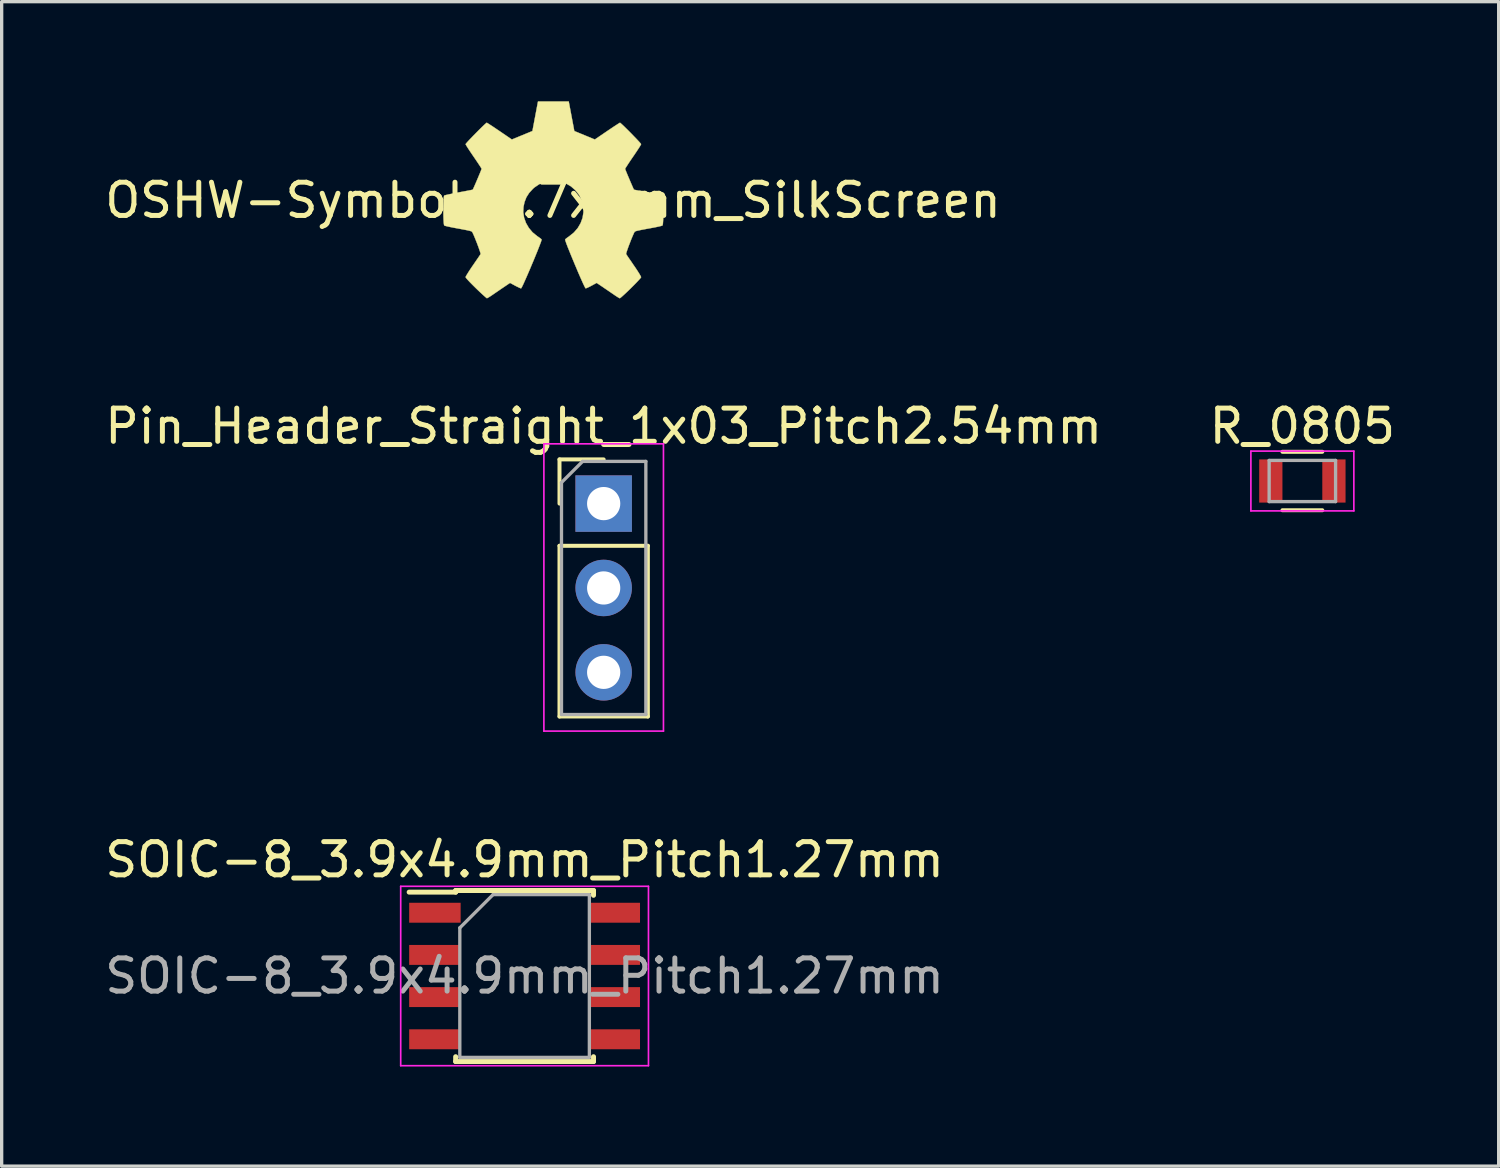
<source format=kicad_pcb>
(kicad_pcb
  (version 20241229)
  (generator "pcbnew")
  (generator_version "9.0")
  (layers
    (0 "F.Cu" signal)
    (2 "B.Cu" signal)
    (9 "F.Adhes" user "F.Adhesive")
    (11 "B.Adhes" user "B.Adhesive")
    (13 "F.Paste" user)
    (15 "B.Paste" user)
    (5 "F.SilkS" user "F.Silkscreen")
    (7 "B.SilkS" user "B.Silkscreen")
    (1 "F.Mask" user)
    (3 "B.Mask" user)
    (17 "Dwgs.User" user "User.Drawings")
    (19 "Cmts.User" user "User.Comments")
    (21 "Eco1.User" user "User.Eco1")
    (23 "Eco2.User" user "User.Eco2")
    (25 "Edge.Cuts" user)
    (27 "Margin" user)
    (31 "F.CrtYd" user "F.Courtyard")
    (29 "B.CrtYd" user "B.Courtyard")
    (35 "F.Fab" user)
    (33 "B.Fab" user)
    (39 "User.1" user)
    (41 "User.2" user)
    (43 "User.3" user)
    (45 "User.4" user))
  (footprint "SOIC-8_3.9x4.9mm_Pitch1.27mm"
    (layer "F.Cu")
    (at 12.744 26.335)
    (property "Reference" "SOIC-8_3.9x4.9mm_Pitch1.27mm" (at 0 -3.5 0) (layer "F.SilkS") (effects (font (size 1 1) (thickness 0.15))))
    (attr smd)
    (fp_line (start -2.075 -2.575) (end -2.075 -2.525) (stroke (width 0.15) (type solid)) (layer "F.SilkS"))
    (fp_line (start -2.075 -2.575) (end 2.075 -2.575) (stroke (width 0.15) (type solid)) (layer "F.SilkS"))
    (fp_line (start -2.075 -2.525) (end -3.475 -2.525) (stroke (width 0.15) (type solid)) (layer "F.SilkS"))
    (fp_line (start -2.075 2.575) (end -2.075 2.43) (stroke (width 0.15) (type solid)) (layer "F.SilkS"))
    (fp_line (start -2.075 2.575) (end 2.075 2.575) (stroke (width 0.15) (type solid)) (layer "F.SilkS"))
    (fp_line (start 2.075 -2.575) (end 2.075 -2.43) (stroke (width 0.15) (type solid)) (layer "F.SilkS"))
    (fp_line (start 2.075 2.575) (end 2.075 2.43) (stroke (width 0.15) (type solid)) (layer "F.SilkS"))
    (fp_line (start -3.73 -2.7) (end -3.73 2.7) (stroke (width 0.05) (type solid)) (layer "F.CrtYd"))
    (fp_line (start -3.73 -2.7) (end 3.73 -2.7) (stroke (width 0.05) (type solid)) (layer "F.CrtYd"))
    (fp_line (start -3.73 2.7) (end 3.73 2.7) (stroke (width 0.05) (type solid)) (layer "F.CrtYd"))
    (fp_line (start 3.73 -2.7) (end 3.73 2.7) (stroke (width 0.05) (type solid)) (layer "F.CrtYd"))
    (fp_line (start -1.95 -1.45) (end -0.95 -2.45) (stroke (width 0.1) (type solid)) (layer "F.Fab"))
    (fp_line (start -1.95 2.45) (end -1.95 -1.45) (stroke (width 0.1) (type solid)) (layer "F.Fab"))
    (fp_line (start -0.95 -2.45) (end 1.95 -2.45) (stroke (width 0.1) (type solid)) (layer "F.Fab"))
    (fp_line (start 1.95 -2.45) (end 1.95 2.45) (stroke (width 0.1) (type solid)) (layer "F.Fab"))
    (fp_line (start 1.95 2.45) (end -1.95 2.45) (stroke (width 0.1) (type solid)) (layer "F.Fab"))
    (fp_text user "${REFERENCE}" (at 0 0 0) (layer "F.Fab") (effects (font (size 1 1) (thickness 0.15))))
    (pad "1" smd rect (at -2.7 -1.905) (size 1.55 0.6) (layers "F.Cu" "F.Mask" "F.Paste"))
    (pad "2" smd rect (at -2.7 -0.635) (size 1.55 0.6) (layers "F.Cu" "F.Mask" "F.Paste"))
    (pad "3" smd rect (at -2.7 0.635) (size 1.55 0.6) (layers "F.Cu" "F.Mask" "F.Paste"))
    (pad "4" smd rect (at -2.7 1.905) (size 1.55 0.6) (layers "F.Cu" "F.Mask" "F.Paste"))
    (pad "5" smd rect (at 2.7 1.905) (size 1.55 0.6) (layers "F.Cu" "F.Mask" "F.Paste"))
    (pad "6" smd rect (at 2.7 0.635) (size 1.55 0.6) (layers "F.Cu" "F.Mask" "F.Paste"))
    (pad "7" smd rect (at 2.7 -0.635) (size 1.55 0.6) (layers "F.Cu" "F.Mask" "F.Paste"))
    (pad "8" smd rect (at 2.7 -1.905) (size 1.55 0.6) (layers "F.Cu" "F.Mask" "F.Paste")))
  (footprint "OSHW-Symbol_6.7x6mm_SilkScreen"
    (layer "F.Cu")
    (at 13.601 2.981)
    (property "Reference" "OSHW-Symbol_6.7x6mm_SilkScreen" (at 0 0 0) (layer "F.SilkS") (effects (font (size 1 1) (thickness 0.15))))
    (attr exclude_from_pos_files exclude_from_bom)
    (fp_poly (pts (xy 0.556 -2.531) (xy 0.64 -2.086) (xy 0.949 -1.959) (xy 1.258 -1.831) (xy 1.629 -2.084) (xy 1.733 -2.154) (xy 1.827 -2.217) (xy 1.907 -2.269) (xy 1.967 -2.308) (xy 2.005 -2.331) (xy 2.015 -2.336) (xy 2.034 -2.323) (xy 2.073 -2.288) (xy 2.13 -2.235) (xy 2.198 -2.168) (xy 2.274 -2.093) (xy 2.353 -2.013) (xy 2.431 -1.932) (xy 2.504 -1.857) (xy 2.567 -1.79) (xy 2.615 -1.737) (xy 2.644 -1.702) (xy 2.651 -1.69) (xy 2.641 -1.669) (xy 2.613 -1.621) (xy 2.569 -1.553) (xy 2.513 -1.468) (xy 2.448 -1.371) (xy 2.41 -1.316) (xy 2.341 -1.215) (xy 2.28 -1.124) (xy 2.23 -1.047) (xy 2.193 -0.989) (xy 2.172 -0.955) (xy 2.169 -0.948) (xy 2.176 -0.927) (xy 2.195 -0.879) (xy 2.223 -0.811) (xy 2.257 -0.729) (xy 2.295 -0.64) (xy 2.333 -0.55) (xy 2.369 -0.467) (xy 2.4 -0.396) (xy 2.423 -0.346) (xy 2.435 -0.322) (xy 2.436 -0.321) (xy 2.455 -0.316) (xy 2.505 -0.306) (xy 2.581 -0.291) (xy 2.678 -0.272) (xy 2.791 -0.251) (xy 2.856 -0.239) (xy 2.977 -0.216) (xy 3.086 -0.194) (xy 3.177 -0.174) (xy 3.246 -0.158) (xy 3.287 -0.147) (xy 3.296 -0.143) (xy 3.304 -0.119) (xy 3.31 -0.064) (xy 3.315 0.015) (xy 3.318 0.112) (xy 3.32 0.22) (xy 3.321 0.333) (xy 3.319 0.445) (xy 3.317 0.549) (xy 3.312 0.638) (xy 3.307 0.707) (xy 3.299 0.748) (xy 3.295 0.757) (xy 3.269 0.767) (xy 3.213 0.782) (xy 3.136 0.799) (xy 3.044 0.818) (xy 3.012 0.824) (xy 2.858 0.852) (xy 2.735 0.875) (xy 2.642 0.893) (xy 2.572 0.908) (xy 2.523 0.919) (xy 2.491 0.929) (xy 2.471 0.938) (xy 2.459 0.947) (xy 2.457 0.948) (xy 2.44 0.976) (xy 2.415 1.031) (xy 2.383 1.105) (xy 2.347 1.192) (xy 2.311 1.286) (xy 2.275 1.379) (xy 2.244 1.466) (xy 2.219 1.539) (xy 2.203 1.592) (xy 2.199 1.618) (xy 2.2 1.619) (xy 2.214 1.64) (xy 2.245 1.687) (xy 2.291 1.755) (xy 2.349 1.838) (xy 2.413 1.933) (xy 2.432 1.96) (xy 2.498 2.057) (xy 2.556 2.146) (xy 2.603 2.221) (xy 2.635 2.278) (xy 2.651 2.311) (xy 2.651 2.315) (xy 2.638 2.336) (xy 2.603 2.377) (xy 2.549 2.435) (xy 2.482 2.505) (xy 2.406 2.582) (xy 2.326 2.662) (xy 2.245 2.74) (xy 2.17 2.811) (xy 2.103 2.872) (xy 2.051 2.918) (xy 2.017 2.944) (xy 2.008 2.948) (xy 1.986 2.938) (xy 1.941 2.911) (xy 1.88 2.872) (xy 1.834 2.84) (xy 1.749 2.782) (xy 1.65 2.714) (xy 1.549 2.646) (xy 1.496 2.609) (xy 1.313 2.486) (xy 1.16 2.569) (xy 1.091 2.605) (xy 1.031 2.633) (xy 0.991 2.649) (xy 0.981 2.651) (xy 0.969 2.635) (xy 0.945 2.588) (xy 0.91 2.516) (xy 0.868 2.422) (xy 0.818 2.31) (xy 0.764 2.186) (xy 0.708 2.053) (xy 0.65 1.916) (xy 0.593 1.779) (xy 0.538 1.646) (xy 0.488 1.522) (xy 0.443 1.411) (xy 0.407 1.317) (xy 0.381 1.244) (xy 0.366 1.197) (xy 0.363 1.181) (xy 0.382 1.16) (xy 0.424 1.127) (xy 0.48 1.088) (xy 0.484 1.085) (xy 0.628 0.969) (xy 0.744 0.835) (xy 0.831 0.686) (xy 0.889 0.526) (xy 0.915 0.36) (xy 0.91 0.192) (xy 0.871 0.026) (xy 0.799 -0.134) (xy 0.778 -0.169) (xy 0.667 -0.309) (xy 0.536 -0.422) (xy 0.39 -0.507) (xy 0.233 -0.563) (xy 0.069 -0.589) (xy -0.097 -0.585) (xy -0.26 -0.551) (xy -0.416 -0.485) (xy -0.56 -0.388) (xy -0.605 -0.348) (xy -0.719 -0.224) (xy -0.802 -0.094) (xy -0.859 0.052) (xy -0.89 0.197) (xy -0.898 0.36) (xy -0.872 0.523) (xy -0.815 0.682) (xy -0.729 0.831) (xy -0.617 0.964) (xy -0.482 1.075) (xy -0.464 1.087) (xy -0.408 1.126) (xy -0.365 1.159) (xy -0.345 1.18) (xy -0.344 1.181) (xy -0.349 1.204) (xy -0.366 1.256) (xy -0.395 1.333) (xy -0.433 1.431) (xy -0.478 1.545) (xy -0.53 1.672) (xy -0.585 1.806) (xy -0.643 1.943) (xy -0.7 2.08) (xy -0.757 2.211) (xy -0.81 2.333) (xy -0.858 2.441) (xy -0.899 2.532) (xy -0.932 2.599) (xy -0.954 2.64) (xy -0.963 2.651) (xy -0.99 2.643) (xy -1.04 2.62) (xy -1.106 2.588) (xy -1.142 2.569) (xy -1.295 2.486) (xy -1.477 2.609) (xy -1.57 2.672) (xy -1.672 2.742) (xy -1.767 2.807) (xy -1.815 2.84) (xy -1.882 2.885) (xy -1.939 2.921) (xy -1.979 2.943) (xy -1.991 2.948) (xy -2.01 2.935) (xy -2.051 2.9) (xy -2.11 2.847) (xy -2.185 2.778) (xy -2.269 2.698) (xy -2.323 2.646) (xy -2.416 2.554) (xy -2.497 2.472) (xy -2.562 2.403) (xy -2.608 2.351) (xy -2.631 2.319) (xy -2.633 2.312) (xy -2.623 2.287) (xy -2.594 2.237) (xy -2.551 2.167) (xy -2.496 2.082) (xy -2.432 1.986) (xy -2.413 1.96) (xy -2.347 1.863) (xy -2.287 1.776) (xy -2.238 1.704) (xy -2.202 1.65) (xy -2.183 1.622) (xy -2.181 1.619) (xy -2.184 1.596) (xy -2.199 1.545) (xy -2.223 1.474) (xy -2.253 1.389) (xy -2.288 1.296) (xy -2.325 1.202) (xy -2.361 1.113) (xy -2.393 1.038) (xy -2.419 0.981) (xy -2.437 0.95) (xy -2.438 0.948) (xy -2.449 0.94) (xy -2.468 0.931) (xy -2.498 0.921) (xy -2.543 0.91) (xy -2.608 0.896) (xy -2.697 0.879) (xy -2.813 0.857) (xy -2.962 0.83) (xy -2.994 0.824) (xy -3.089 0.805) (xy -3.172 0.787) (xy -3.235 0.772) (xy -3.271 0.76) (xy -3.276 0.757) (xy -3.284 0.732) (xy -3.291 0.677) (xy -3.296 0.597) (xy -3.3 0.5) (xy -3.302 0.392) (xy -3.302 0.279) (xy -3.301 0.167) (xy -3.298 0.064) (xy -3.294 -0.026) (xy -3.289 -0.094) (xy -3.281 -0.135) (xy -3.277 -0.143) (xy -3.253 -0.152) (xy -3.197 -0.166) (xy -3.117 -0.183) (xy -3.016 -0.204) (xy -2.901 -0.227) (xy -2.838 -0.239) (xy -2.719 -0.261) (xy -2.613 -0.281) (xy -2.524 -0.298) (xy -2.46 -0.311) (xy -2.423 -0.319) (xy -2.417 -0.321) (xy -2.407 -0.34) (xy -2.386 -0.387) (xy -2.356 -0.455) (xy -2.32 -0.537) (xy -2.282 -0.626) (xy -2.244 -0.716) (xy -2.209 -0.8) (xy -2.18 -0.871) (xy -2.16 -0.922) (xy -2.151 -0.948) (xy -2.151 -0.949) (xy -2.161 -0.968) (xy -2.189 -1.014) (xy -2.233 -1.081) (xy -2.289 -1.165) (xy -2.354 -1.261) (xy -2.392 -1.316) (xy -2.461 -1.418) (xy -2.522 -1.509) (xy -2.573 -1.587) (xy -2.61 -1.647) (xy -2.63 -1.683) (xy -2.633 -1.691) (xy -2.62 -1.709) (xy -2.585 -1.75) (xy -2.533 -1.807) (xy -2.467 -1.876) (xy -2.393 -1.953) (xy -2.314 -2.033) (xy -2.235 -2.113) (xy -2.16 -2.187) (xy -2.095 -2.25) (xy -2.043 -2.299) (xy -2.008 -2.329) (xy -1.996 -2.336) (xy -1.978 -2.326) (xy -1.933 -2.298) (xy -1.866 -2.255) (xy -1.781 -2.199) (xy -1.684 -2.133) (xy -1.611 -2.084) (xy -1.24 -1.831) (xy -0.621 -2.086) (xy -0.537 -2.531) (xy -0.453 -2.976) (xy 0.472 -2.976) (xy 0.556 -2.531)) (stroke (width 0.01) (type solid)) (fill yes) (layer "F.SilkS")))
  (footprint "R_0805"
    (layer "F.Cu")
    (at 36.161 11.432)
    (property "Reference" "R_0805" (at 0 -1.65 0) (layer "F.SilkS") (effects (font (size 1 1) (thickness 0.15))))
    (attr smd)
    (fp_line (start -0.6 -0.88) (end 0.6 -0.88) (stroke (width 0.12) (type solid)) (layer "F.SilkS"))
    (fp_line (start 0.6 0.88) (end -0.6 0.88) (stroke (width 0.12) (type solid)) (layer "F.SilkS"))
    (fp_line (start -1.55 -0.9) (end -1.55 0.9) (stroke (width 0.05) (type solid)) (layer "F.CrtYd"))
    (fp_line (start -1.55 -0.9) (end 1.55 -0.9) (stroke (width 0.05) (type solid)) (layer "F.CrtYd"))
    (fp_line (start 1.55 0.9) (end -1.55 0.9) (stroke (width 0.05) (type solid)) (layer "F.CrtYd"))
    (fp_line (start 1.55 0.9) (end 1.55 -0.9) (stroke (width 0.05) (type solid)) (layer "F.CrtYd"))
    (fp_line (start -1 -0.62) (end 1 -0.62) (stroke (width 0.1) (type solid)) (layer "F.Fab"))
    (fp_line (start -1 0.62) (end -1 -0.62) (stroke (width 0.1) (type solid)) (layer "F.Fab"))
    (fp_line (start 1 -0.62) (end 1 0.62) (stroke (width 0.1) (type solid)) (layer "F.Fab"))
    (fp_line (start 1 0.62) (end -1 0.62) (stroke (width 0.1) (type solid)) (layer "F.Fab"))
    (pad "1" smd rect (at -0.95 0) (size 0.7 1.3) (layers "F.Cu" "F.Mask" "F.Paste"))
    (pad "2" smd rect (at 0.95 0) (size 0.7 1.3) (layers "F.Cu" "F.Mask" "F.Paste")))
  (footprint "Pin_Header_Straight_1x03_Pitch2.54mm"
    (layer "F.Cu")
    (at 15.125 12.112)
    (property "Reference" "Pin_Header_Straight_1x03_Pitch2.54mm" (at 0 -2.33 0) (layer "F.SilkS") (effects (font (size 1 1) (thickness 0.15))))
    (attr through_hole)
    (fp_line (start -1.33 -1.33) (end 0 -1.33) (stroke (width 0.12) (type solid)) (layer "F.SilkS"))
    (fp_line (start -1.33 0) (end -1.33 -1.33) (stroke (width 0.12) (type solid)) (layer "F.SilkS"))
    (fp_line (start -1.33 1.27) (end -1.33 6.41) (stroke (width 0.12) (type solid)) (layer "F.SilkS"))
    (fp_line (start -1.33 1.27) (end 1.33 1.27) (stroke (width 0.12) (type solid)) (layer "F.SilkS"))
    (fp_line (start -1.33 6.41) (end 1.33 6.41) (stroke (width 0.12) (type solid)) (layer "F.SilkS"))
    (fp_line (start 1.33 1.27) (end 1.33 6.41) (stroke (width 0.12) (type solid)) (layer "F.SilkS"))
    (fp_line (start -1.8 -1.8) (end -1.8 6.85) (stroke (width 0.05) (type solid)) (layer "F.CrtYd"))
    (fp_line (start -1.8 6.85) (end 1.8 6.85) (stroke (width 0.05) (type solid)) (layer "F.CrtYd"))
    (fp_line (start 1.8 -1.8) (end -1.8 -1.8) (stroke (width 0.05) (type solid)) (layer "F.CrtYd"))
    (fp_line (start 1.8 6.85) (end 1.8 -1.8) (stroke (width 0.05) (type solid)) (layer "F.CrtYd"))
    (fp_line (start -1.27 -0.635) (end -0.635 -1.27) (stroke (width 0.1) (type solid)) (layer "F.Fab"))
    (fp_line (start -1.27 6.35) (end -1.27 -0.635) (stroke (width 0.1) (type solid)) (layer "F.Fab"))
    (fp_line (start -0.635 -1.27) (end 1.27 -1.27) (stroke (width 0.1) (type solid)) (layer "F.Fab"))
    (fp_line (start 1.27 -1.27) (end 1.27 6.35) (stroke (width 0.1) (type solid)) (layer "F.Fab"))
    (fp_line (start 1.27 6.35) (end -1.27 6.35) (stroke (width 0.1) (type solid)) (layer "F.Fab"))
    (pad "1" thru_hole rect (at 0 0) (size 1.7 1.7) (drill 1) (layers "*.Cu" "*.Mask"))
    (pad "2" thru_hole oval (at 0 2.54) (size 1.7 1.7) (drill 1) (layers "*.Cu" "*.Mask"))
    (pad "3" thru_hole oval (at 0 5.08) (size 1.7 1.7) (drill 1) (layers "*.Cu" "*.Mask")))
  (gr_rect
    (start -3 -3)
    (end 42.071 32.06)
    (stroke (width 0.1) (type default))
    (fill no)
    (layer "Edge.Cuts")))
</source>
